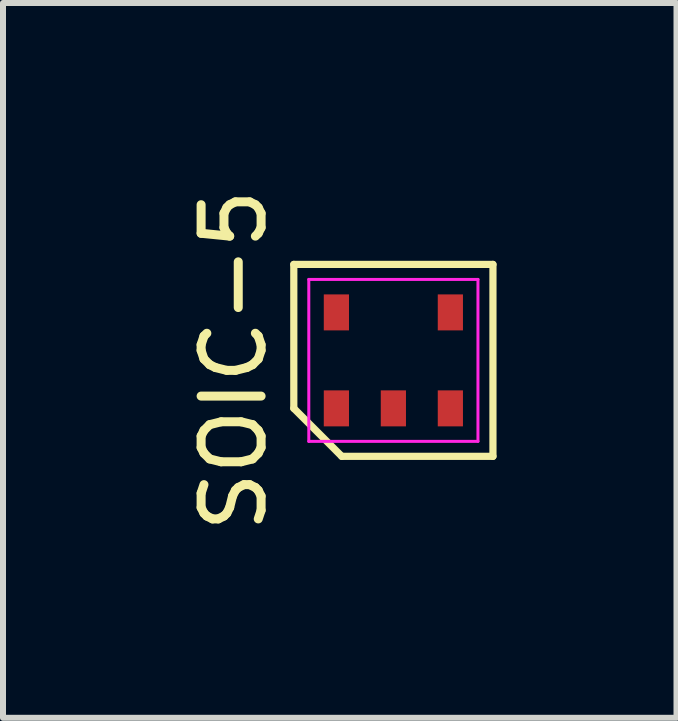
<source format=kicad_pcb>
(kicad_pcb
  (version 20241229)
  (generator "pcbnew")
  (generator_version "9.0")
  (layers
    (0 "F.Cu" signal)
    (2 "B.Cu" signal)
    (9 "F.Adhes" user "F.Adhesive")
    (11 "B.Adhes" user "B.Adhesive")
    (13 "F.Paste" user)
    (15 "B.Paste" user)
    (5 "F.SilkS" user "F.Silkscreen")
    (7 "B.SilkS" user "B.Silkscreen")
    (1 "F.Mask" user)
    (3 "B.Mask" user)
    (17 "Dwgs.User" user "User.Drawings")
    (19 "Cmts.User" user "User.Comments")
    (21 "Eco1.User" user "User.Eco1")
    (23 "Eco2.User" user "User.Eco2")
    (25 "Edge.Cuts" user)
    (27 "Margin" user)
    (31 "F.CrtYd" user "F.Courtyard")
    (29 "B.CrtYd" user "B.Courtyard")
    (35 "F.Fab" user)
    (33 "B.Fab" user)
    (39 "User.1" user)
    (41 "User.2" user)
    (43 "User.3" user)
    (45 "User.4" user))
  (footprint "SOIC-5"
    (layer "F.Cu")
    (at 3.508 2.958)
    (property "Reference" "SOIC-5" (at -2.66 0 90) (layer "F.SilkS") (effects (font (size 1 1) (thickness 0.15))))
    (attr smd)
    (fp_line (start -1.66 -1.6) (end 1.66 -1.6) (stroke (width 0.12) (type solid)) (layer "F.SilkS"))
    (fp_line (start -1.66 0.8) (end -1.66 -1.6) (stroke (width 0.12) (type solid)) (layer "F.SilkS"))
    (fp_line (start -0.86 1.6) (end -1.66 0.8) (stroke (width 0.12) (type solid)) (layer "F.SilkS"))
    (fp_line (start 1.66 -1.6) (end 1.66 1.6) (stroke (width 0.12) (type solid)) (layer "F.SilkS"))
    (fp_line (start 1.66 1.6) (end -0.86 1.6) (stroke (width 0.12) (type solid)) (layer "F.SilkS"))
    (fp_line (start -1.41 -1.35) (end 1.41 -1.35) (stroke (width 0.05) (type solid)) (layer "F.CrtYd"))
    (fp_line (start -1.41 1.35) (end -1.41 -1.35) (stroke (width 0.05) (type solid)) (layer "F.CrtYd"))
    (fp_line (start 1.41 -1.35) (end 1.41 1.35) (stroke (width 0.05) (type solid)) (layer "F.CrtYd"))
    (fp_line (start 1.41 1.35) (end -1.41 1.35) (stroke (width 0.05) (type solid)) (layer "F.CrtYd"))
    (pad "1" smd rect (at -0.95 0.8) (size 0.42 0.6) (layers "F.Cu" "F.Mask" "F.Paste"))
    (pad "2" smd rect (at 0 0.8) (size 0.42 0.6) (layers "F.Cu" "F.Mask" "F.Paste"))
    (pad "3" smd rect (at 0.95 0.8) (size 0.42 0.6) (layers "F.Cu" "F.Mask" "F.Paste"))
    (pad "4" smd rect (at 0.95 -0.8) (size 0.42 0.6) (layers "F.Cu" "F.Mask" "F.Paste"))
    (pad "5" smd rect (at -0.95 -0.8) (size 0.42 0.6) (layers "F.Cu" "F.Mask" "F.Paste")))
  (gr_rect
    (start -3 -3)
    (end 8.228 8.917)
    (stroke (width 0.1) (type default))
    (fill no)
    (layer "Edge.Cuts")))
</source>
